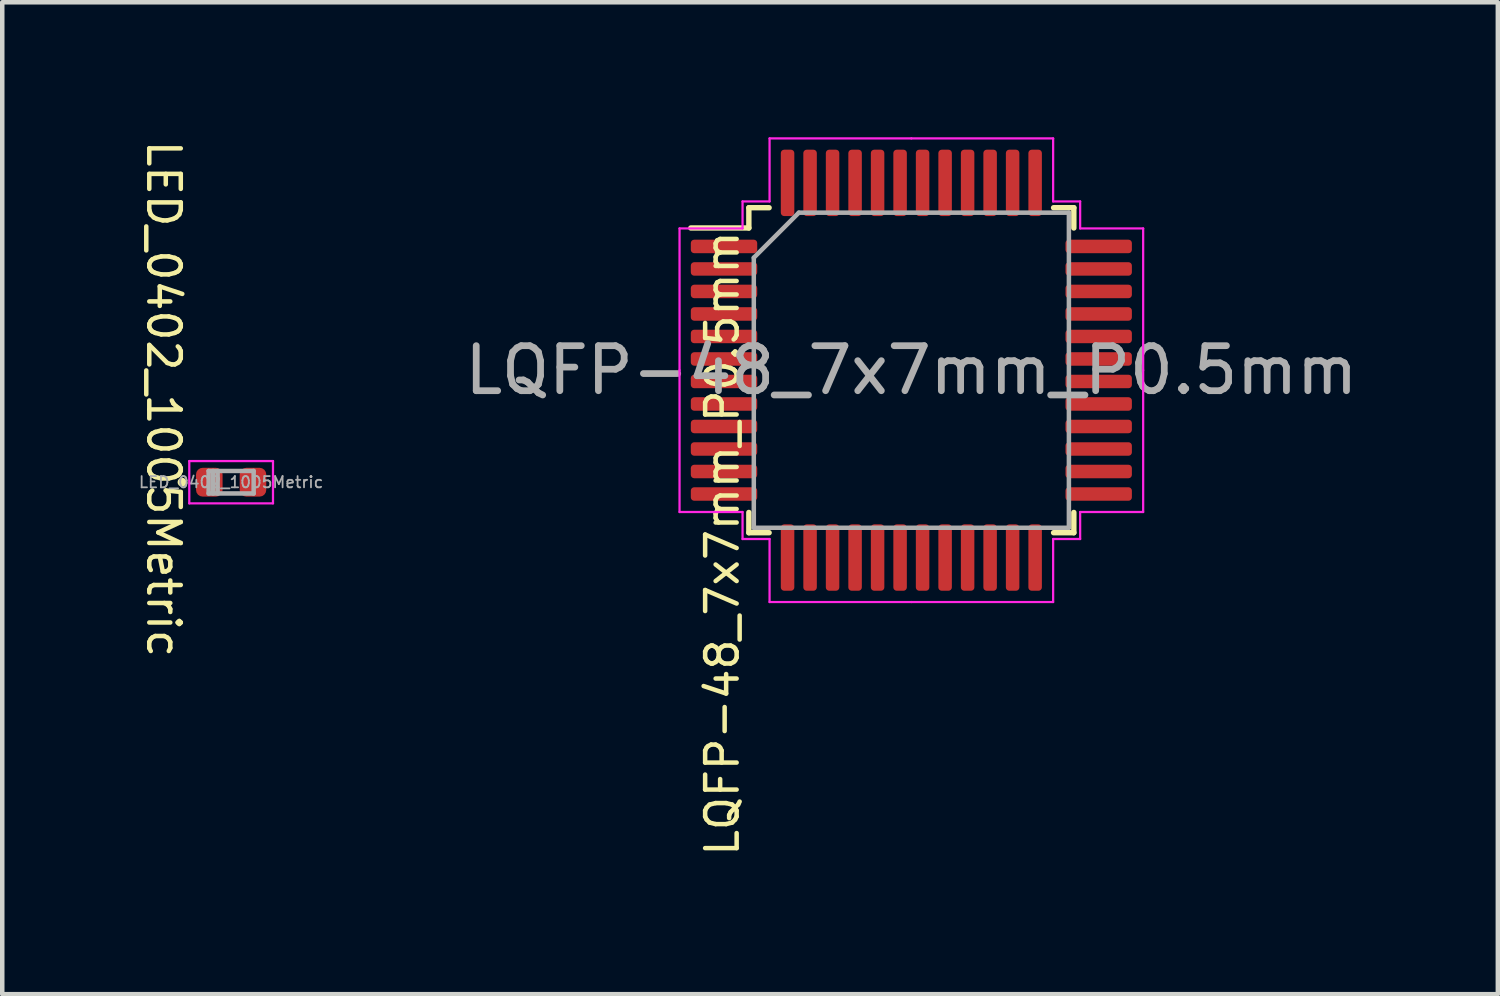
<source format=kicad_pcb>
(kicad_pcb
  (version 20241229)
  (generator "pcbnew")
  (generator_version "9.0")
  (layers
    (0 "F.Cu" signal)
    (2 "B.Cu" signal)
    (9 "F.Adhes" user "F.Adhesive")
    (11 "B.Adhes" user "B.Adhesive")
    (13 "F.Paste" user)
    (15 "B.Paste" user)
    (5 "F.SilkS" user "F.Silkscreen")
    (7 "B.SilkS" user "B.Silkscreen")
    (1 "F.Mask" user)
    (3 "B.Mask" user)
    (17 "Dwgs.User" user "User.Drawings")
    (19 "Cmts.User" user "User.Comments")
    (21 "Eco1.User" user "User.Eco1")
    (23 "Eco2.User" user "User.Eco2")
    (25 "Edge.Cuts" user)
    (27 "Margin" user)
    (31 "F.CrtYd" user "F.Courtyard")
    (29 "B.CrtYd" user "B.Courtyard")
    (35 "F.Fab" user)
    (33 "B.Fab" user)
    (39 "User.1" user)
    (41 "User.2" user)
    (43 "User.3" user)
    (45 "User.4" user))
  (footprint "LED_0402_1005Metric"
    (layer "F.Cu")
    (at 2.085 7.663)
    (property "Reference" "LED_0402_1005Metric" (at -1.5 -1.85 270) (unlocked yes) (layer "F.SilkS") (effects (font (size 0.7 0.7) (thickness 0.1))))
    (attr smd)
    (fp_circle (center -1.09 0) (end -1.04 0) (stroke (width 0.1) (type solid)) (fill no) (layer "F.SilkS"))
    (fp_line (start -0.93 -0.47) (end 0.93 -0.47) (stroke (width 0.05) (type solid)) (layer "F.CrtYd"))
    (fp_line (start -0.93 0.47) (end -0.93 -0.47) (stroke (width 0.05) (type solid)) (layer "F.CrtYd"))
    (fp_line (start 0.93 -0.47) (end 0.93 0.47) (stroke (width 0.05) (type solid)) (layer "F.CrtYd"))
    (fp_line (start 0.93 0.47) (end -0.93 0.47) (stroke (width 0.05) (type solid)) (layer "F.CrtYd"))
    (fp_line (start -0.5 -0.25) (end 0.5 -0.25) (stroke (width 0.1) (type solid)) (layer "F.Fab"))
    (fp_line (start -0.5 0.25) (end -0.5 -0.25) (stroke (width 0.1) (type solid)) (layer "F.Fab"))
    (fp_line (start -0.4 0.25) (end -0.4 -0.25) (stroke (width 0.1) (type solid)) (layer "F.Fab"))
    (fp_line (start -0.3 0.25) (end -0.3 -0.25) (stroke (width 0.1) (type solid)) (layer "F.Fab"))
    (fp_line (start 0.5 -0.25) (end 0.5 0.25) (stroke (width 0.1) (type solid)) (layer "F.Fab"))
    (fp_line (start 0.5 0.25) (end -0.5 0.25) (stroke (width 0.1) (type solid)) (layer "F.Fab"))
    (fp_text user "${REFERENCE}" (at 0 0 180) (layer "F.Fab") (effects (font (size 0.25 0.25) (thickness 0.04))))
    (pad "1" smd roundrect (at -0.485 0) (size 0.59 0.64) (layers "F.Cu" "F.Mask" "F.Paste") (roundrect_rratio 0.25))
    (pad "2" smd roundrect (at 0.485 0) (size 0.59 0.64) (layers "F.Cu" "F.Mask" "F.Paste") (roundrect_rratio 0.25)))
  (footprint "LQFP-48_7x7mm_P0.5mm"
    (layer "F.Cu")
    (at 17.197 5.175)
    (property "Reference" "LQFP-48_7x7mm_P0.5mm" (at -4.2 3.85 90) (unlocked yes) (layer "F.SilkS") (effects (font (size 0.7 0.7) (thickness 0.1))))
    (attr smd)
    (fp_line (start -3.61 -3.61) (end -3.61 -3.16) (stroke (width 0.12) (type solid)) (layer "F.SilkS"))
    (fp_line (start -3.61 -3.16) (end -4.9 -3.16) (stroke (width 0.12) (type solid)) (layer "F.SilkS"))
    (fp_line (start -3.61 3.61) (end -3.61 3.16) (stroke (width 0.12) (type solid)) (layer "F.SilkS"))
    (fp_line (start -3.16 -3.61) (end -3.61 -3.61) (stroke (width 0.12) (type solid)) (layer "F.SilkS"))
    (fp_line (start -3.16 3.61) (end -3.61 3.61) (stroke (width 0.12) (type solid)) (layer "F.SilkS"))
    (fp_line (start 3.16 -3.61) (end 3.61 -3.61) (stroke (width 0.12) (type solid)) (layer "F.SilkS"))
    (fp_line (start 3.16 3.61) (end 3.61 3.61) (stroke (width 0.12) (type solid)) (layer "F.SilkS"))
    (fp_line (start 3.61 -3.61) (end 3.61 -3.16) (stroke (width 0.12) (type solid)) (layer "F.SilkS"))
    (fp_line (start 3.61 3.61) (end 3.61 3.16) (stroke (width 0.12) (type solid)) (layer "F.SilkS"))
    (fp_line (start -5.15 -3.15) (end -5.15 0) (stroke (width 0.05) (type solid)) (layer "F.CrtYd"))
    (fp_line (start -5.15 3.15) (end -5.15 0) (stroke (width 0.05) (type solid)) (layer "F.CrtYd"))
    (fp_line (start -3.75 -3.75) (end -3.75 -3.15) (stroke (width 0.05) (type solid)) (layer "F.CrtYd"))
    (fp_line (start -3.75 -3.15) (end -5.15 -3.15) (stroke (width 0.05) (type solid)) (layer "F.CrtYd"))
    (fp_line (start -3.75 3.15) (end -5.15 3.15) (stroke (width 0.05) (type solid)) (layer "F.CrtYd"))
    (fp_line (start -3.75 3.75) (end -3.75 3.15) (stroke (width 0.05) (type solid)) (layer "F.CrtYd"))
    (fp_line (start -3.15 -5.15) (end -3.15 -3.75) (stroke (width 0.05) (type solid)) (layer "F.CrtYd"))
    (fp_line (start -3.15 -3.75) (end -3.75 -3.75) (stroke (width 0.05) (type solid)) (layer "F.CrtYd"))
    (fp_line (start -3.15 3.75) (end -3.75 3.75) (stroke (width 0.05) (type solid)) (layer "F.CrtYd"))
    (fp_line (start -3.15 5.15) (end -3.15 3.75) (stroke (width 0.05) (type solid)) (layer "F.CrtYd"))
    (fp_line (start 0 -5.15) (end -3.15 -5.15) (stroke (width 0.05) (type solid)) (layer "F.CrtYd"))
    (fp_line (start 0 -5.15) (end 3.15 -5.15) (stroke (width 0.05) (type solid)) (layer "F.CrtYd"))
    (fp_line (start 0 5.15) (end -3.15 5.15) (stroke (width 0.05) (type solid)) (layer "F.CrtYd"))
    (fp_line (start 0 5.15) (end 3.15 5.15) (stroke (width 0.05) (type solid)) (layer "F.CrtYd"))
    (fp_line (start 3.15 -5.15) (end 3.15 -3.75) (stroke (width 0.05) (type solid)) (layer "F.CrtYd"))
    (fp_line (start 3.15 -3.75) (end 3.75 -3.75) (stroke (width 0.05) (type solid)) (layer "F.CrtYd"))
    (fp_line (start 3.15 3.75) (end 3.75 3.75) (stroke (width 0.05) (type solid)) (layer "F.CrtYd"))
    (fp_line (start 3.15 5.15) (end 3.15 3.75) (stroke (width 0.05) (type solid)) (layer "F.CrtYd"))
    (fp_line (start 3.75 -3.75) (end 3.75 -3.15) (stroke (width 0.05) (type solid)) (layer "F.CrtYd"))
    (fp_line (start 3.75 -3.15) (end 5.15 -3.15) (stroke (width 0.05) (type solid)) (layer "F.CrtYd"))
    (fp_line (start 3.75 3.15) (end 5.15 3.15) (stroke (width 0.05) (type solid)) (layer "F.CrtYd"))
    (fp_line (start 3.75 3.75) (end 3.75 3.15) (stroke (width 0.05) (type solid)) (layer "F.CrtYd"))
    (fp_line (start 5.15 -3.15) (end 5.15 0) (stroke (width 0.05) (type solid)) (layer "F.CrtYd"))
    (fp_line (start 5.15 3.15) (end 5.15 0) (stroke (width 0.05) (type solid)) (layer "F.CrtYd"))
    (fp_line (start -3.5 -2.5) (end -2.5 -3.5) (stroke (width 0.1) (type solid)) (layer "F.Fab"))
    (fp_line (start -3.5 3.5) (end -3.5 -2.5) (stroke (width 0.1) (type solid)) (layer "F.Fab"))
    (fp_line (start -2.5 -3.5) (end 3.5 -3.5) (stroke (width 0.1) (type solid)) (layer "F.Fab"))
    (fp_line (start 3.5 -3.5) (end 3.5 3.5) (stroke (width 0.1) (type solid)) (layer "F.Fab"))
    (fp_line (start 3.5 3.5) (end -3.5 3.5) (stroke (width 0.1) (type solid)) (layer "F.Fab"))
    (fp_text user "${REFERENCE}" (at 0 0 0) (layer "F.Fab") (effects (font (size 1 1) (thickness 0.15))))
    (pad "1" smd roundrect (at -4.162 -2.75) (size 1.475 0.3) (layers "F.Cu" "F.Mask" "F.Paste") (roundrect_rratio 0.25))
    (pad "2" smd roundrect (at -4.162 -2.25) (size 1.475 0.3) (layers "F.Cu" "F.Mask" "F.Paste") (roundrect_rratio 0.25))
    (pad "3" smd roundrect (at -4.162 -1.75) (size 1.475 0.3) (layers "F.Cu" "F.Mask" "F.Paste") (roundrect_rratio 0.25))
    (pad "4" smd roundrect (at -4.162 -1.25) (size 1.475 0.3) (layers "F.Cu" "F.Mask" "F.Paste") (roundrect_rratio 0.25))
    (pad "5" smd roundrect (at -4.162 -0.75) (size 1.475 0.3) (layers "F.Cu" "F.Mask" "F.Paste") (roundrect_rratio 0.25))
    (pad "6" smd roundrect (at -4.162 -0.25) (size 1.475 0.3) (layers "F.Cu" "F.Mask" "F.Paste") (roundrect_rratio 0.25))
    (pad "7" smd roundrect (at -4.162 0.25) (size 1.475 0.3) (layers "F.Cu" "F.Mask" "F.Paste") (roundrect_rratio 0.25))
    (pad "8" smd roundrect (at -4.162 0.75) (size 1.475 0.3) (layers "F.Cu" "F.Mask" "F.Paste") (roundrect_rratio 0.25))
    (pad "9" smd roundrect (at -4.162 1.25) (size 1.475 0.3) (layers "F.Cu" "F.Mask" "F.Paste") (roundrect_rratio 0.25))
    (pad "10" smd roundrect (at -4.162 1.75) (size 1.475 0.3) (layers "F.Cu" "F.Mask" "F.Paste") (roundrect_rratio 0.25))
    (pad "11" smd roundrect (at -4.162 2.25) (size 1.475 0.3) (layers "F.Cu" "F.Mask" "F.Paste") (roundrect_rratio 0.25))
    (pad "12" smd roundrect (at -4.162 2.75) (size 1.475 0.3) (layers "F.Cu" "F.Mask" "F.Paste") (roundrect_rratio 0.25))
    (pad "13" smd roundrect (at -2.75 4.162) (size 0.3 1.475) (layers "F.Cu" "F.Mask" "F.Paste") (roundrect_rratio 0.25))
    (pad "14" smd roundrect (at -2.25 4.162) (size 0.3 1.475) (layers "F.Cu" "F.Mask" "F.Paste") (roundrect_rratio 0.25))
    (pad "15" smd roundrect (at -1.75 4.162) (size 0.3 1.475) (layers "F.Cu" "F.Mask" "F.Paste") (roundrect_rratio 0.25))
    (pad "16" smd roundrect (at -1.25 4.162) (size 0.3 1.475) (layers "F.Cu" "F.Mask" "F.Paste") (roundrect_rratio 0.25))
    (pad "17" smd roundrect (at -0.75 4.162) (size 0.3 1.475) (layers "F.Cu" "F.Mask" "F.Paste") (roundrect_rratio 0.25))
    (pad "18" smd roundrect (at -0.25 4.162) (size 0.3 1.475) (layers "F.Cu" "F.Mask" "F.Paste") (roundrect_rratio 0.25))
    (pad "19" smd roundrect (at 0.25 4.162) (size 0.3 1.475) (layers "F.Cu" "F.Mask" "F.Paste") (roundrect_rratio 0.25))
    (pad "20" smd roundrect (at 0.75 4.162) (size 0.3 1.475) (layers "F.Cu" "F.Mask" "F.Paste") (roundrect_rratio 0.25))
    (pad "21" smd roundrect (at 1.25 4.162) (size 0.3 1.475) (layers "F.Cu" "F.Mask" "F.Paste") (roundrect_rratio 0.25))
    (pad "22" smd roundrect (at 1.75 4.162) (size 0.3 1.475) (layers "F.Cu" "F.Mask" "F.Paste") (roundrect_rratio 0.25))
    (pad "23" smd roundrect (at 2.25 4.162) (size 0.3 1.475) (layers "F.Cu" "F.Mask" "F.Paste") (roundrect_rratio 0.25))
    (pad "24" smd roundrect (at 2.75 4.162) (size 0.3 1.475) (layers "F.Cu" "F.Mask" "F.Paste") (roundrect_rratio 0.25))
    (pad "25" smd roundrect (at 4.162 2.75) (size 1.475 0.3) (layers "F.Cu" "F.Mask" "F.Paste") (roundrect_rratio 0.25))
    (pad "26" smd roundrect (at 4.162 2.25) (size 1.475 0.3) (layers "F.Cu" "F.Mask" "F.Paste") (roundrect_rratio 0.25))
    (pad "27" smd roundrect (at 4.162 1.75) (size 1.475 0.3) (layers "F.Cu" "F.Mask" "F.Paste") (roundrect_rratio 0.25))
    (pad "28" smd roundrect (at 4.162 1.25) (size 1.475 0.3) (layers "F.Cu" "F.Mask" "F.Paste") (roundrect_rratio 0.25))
    (pad "29" smd roundrect (at 4.162 0.75) (size 1.475 0.3) (layers "F.Cu" "F.Mask" "F.Paste") (roundrect_rratio 0.25))
    (pad "30" smd roundrect (at 4.162 0.25) (size 1.475 0.3) (layers "F.Cu" "F.Mask" "F.Paste") (roundrect_rratio 0.25))
    (pad "31" smd roundrect (at 4.162 -0.25) (size 1.475 0.3) (layers "F.Cu" "F.Mask" "F.Paste") (roundrect_rratio 0.25))
    (pad "32" smd roundrect (at 4.162 -0.75) (size 1.475 0.3) (layers "F.Cu" "F.Mask" "F.Paste") (roundrect_rratio 0.25))
    (pad "33" smd roundrect (at 4.162 -1.25) (size 1.475 0.3) (layers "F.Cu" "F.Mask" "F.Paste") (roundrect_rratio 0.25))
    (pad "34" smd roundrect (at 4.162 -1.75) (size 1.475 0.3) (layers "F.Cu" "F.Mask" "F.Paste") (roundrect_rratio 0.25))
    (pad "35" smd roundrect (at 4.162 -2.25) (size 1.475 0.3) (layers "F.Cu" "F.Mask" "F.Paste") (roundrect_rratio 0.25))
    (pad "36" smd roundrect (at 4.162 -2.75) (size 1.475 0.3) (layers "F.Cu" "F.Mask" "F.Paste") (roundrect_rratio 0.25))
    (pad "37" smd roundrect (at 2.75 -4.162) (size 0.3 1.475) (layers "F.Cu" "F.Mask" "F.Paste") (roundrect_rratio 0.25))
    (pad "38" smd roundrect (at 2.25 -4.162) (size 0.3 1.475) (layers "F.Cu" "F.Mask" "F.Paste") (roundrect_rratio 0.25))
    (pad "39" smd roundrect (at 1.75 -4.162) (size 0.3 1.475) (layers "F.Cu" "F.Mask" "F.Paste") (roundrect_rratio 0.25))
    (pad "40" smd roundrect (at 1.25 -4.162) (size 0.3 1.475) (layers "F.Cu" "F.Mask" "F.Paste") (roundrect_rratio 0.25))
    (pad "41" smd roundrect (at 0.75 -4.162) (size 0.3 1.475) (layers "F.Cu" "F.Mask" "F.Paste") (roundrect_rratio 0.25))
    (pad "42" smd roundrect (at 0.25 -4.162) (size 0.3 1.475) (layers "F.Cu" "F.Mask" "F.Paste") (roundrect_rratio 0.25))
    (pad "43" smd roundrect (at -0.25 -4.162) (size 0.3 1.475) (layers "F.Cu" "F.Mask" "F.Paste") (roundrect_rratio 0.25))
    (pad "44" smd roundrect (at -0.75 -4.162) (size 0.3 1.475) (layers "F.Cu" "F.Mask" "F.Paste") (roundrect_rratio 0.25))
    (pad "45" smd roundrect (at -1.25 -4.162) (size 0.3 1.475) (layers "F.Cu" "F.Mask" "F.Paste") (roundrect_rratio 0.25))
    (pad "46" smd roundrect (at -1.75 -4.162) (size 0.3 1.475) (layers "F.Cu" "F.Mask" "F.Paste") (roundrect_rratio 0.25))
    (pad "47" smd roundrect (at -2.25 -4.162) (size 0.3 1.475) (layers "F.Cu" "F.Mask" "F.Paste") (roundrect_rratio 0.25))
    (pad "48" smd roundrect (at -2.75 -4.162) (size 0.3 1.475) (layers "F.Cu" "F.Mask" "F.Paste") (roundrect_rratio 0.25)))
  (gr_rect
    (start -3 -3)
    (end 30.227 19.038)
    (stroke (width 0.1) (type default))
    (fill no)
    (layer "Edge.Cuts")))
</source>
